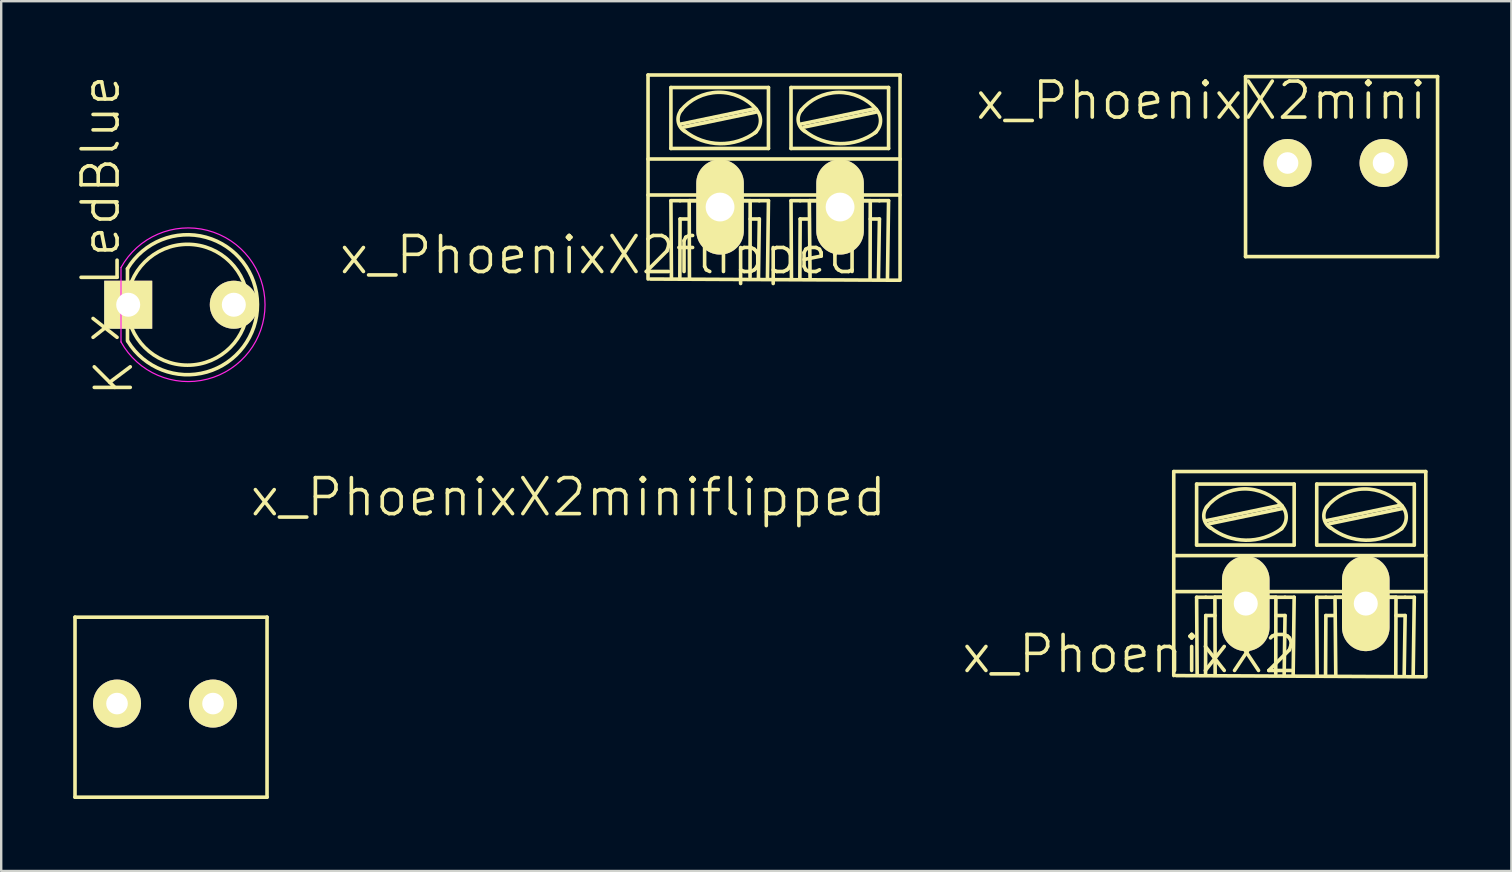
<source format=kicad_pcb>
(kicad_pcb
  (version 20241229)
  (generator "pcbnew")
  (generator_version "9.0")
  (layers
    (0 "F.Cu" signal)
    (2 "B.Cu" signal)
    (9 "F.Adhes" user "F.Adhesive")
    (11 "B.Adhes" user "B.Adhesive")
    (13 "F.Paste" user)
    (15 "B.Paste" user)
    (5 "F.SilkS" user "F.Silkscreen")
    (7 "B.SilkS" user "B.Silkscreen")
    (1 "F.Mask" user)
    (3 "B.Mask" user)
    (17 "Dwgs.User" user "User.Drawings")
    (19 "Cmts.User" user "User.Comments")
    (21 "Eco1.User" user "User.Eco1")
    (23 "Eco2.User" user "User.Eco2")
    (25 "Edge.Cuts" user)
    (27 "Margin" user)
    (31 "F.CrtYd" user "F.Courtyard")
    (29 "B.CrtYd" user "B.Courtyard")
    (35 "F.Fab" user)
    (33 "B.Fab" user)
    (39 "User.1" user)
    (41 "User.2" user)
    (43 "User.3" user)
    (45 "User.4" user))
  (footprint "x_PhoenixX2flipped"
    (layer "F.Cu")
    (at 26.948 5.575)
    (property "Reference" "x_PhoenixX2flipped" (at -5 2 0) (layer "F.SilkS") (effects (font (size 1.5 1.5) (thickness 0.15))))
    (attr exclude_from_pos_files exclude_from_bom)
    (fp_line (start -3 -5.5) (end -3 3) (stroke (width 0.15) (type solid)) (layer "F.SilkS"))
    (fp_line (start -3 -5.5) (end 7.5 -5.5) (stroke (width 0.15) (type solid)) (layer "F.SilkS"))
    (fp_line (start -3 -2) (end 7.5 -2) (stroke (width 0.15) (type solid)) (layer "F.SilkS"))
    (fp_line (start -2.9 3) (end 7.5 3.05) (stroke (width 0.15) (type solid)) (layer "F.SilkS"))
    (fp_line (start -2.047 -2.439) (end -2.047 -4.979) (stroke (width 0.15) (type solid)) (layer "F.SilkS"))
    (fp_line (start -2.047 -0.264) (end -2.025 2.975) (stroke (width 0.15) (type solid)) (layer "F.SilkS"))
    (fp_line (start -2.047 -0.264) (end -1.666 -0.264) (stroke (width 0.15) (type solid)) (layer "F.SilkS"))
    (fp_line (start -1.675 2.925) (end -1.666 0.498) (stroke (width 0.15) (type solid)) (layer "F.SilkS"))
    (fp_line (start -1.666 0.498) (end -1.285 0.498) (stroke (width 0.15) (type solid)) (layer "F.SilkS"))
    (fp_line (start -1.64 -3.455) (end 1.41 -4.09) (stroke (width 0.15) (type solid)) (layer "F.SilkS"))
    (fp_line (start -1.513 -3.328) (end 1.535 -3.963) (stroke (width 0.15) (type solid)) (layer "F.SilkS"))
    (fp_line (start -1.285 -0.264) (end 1.255 -0.264) (stroke (width 0.15) (type solid)) (layer "F.SilkS"))
    (fp_line (start -1.275 2.925) (end -1.285 -0.264) (stroke (width 0.15) (type solid)) (layer "F.SilkS"))
    (fp_line (start 1.25 2.925) (end 1.255 -0.264) (stroke (width 0.15) (type solid)) (layer "F.SilkS"))
    (fp_line (start 1.6 2.975) (end 1.636 0.498) (stroke (width 0.15) (type solid)) (layer "F.SilkS"))
    (fp_line (start 1.636 -0.264) (end -1.666 -0.264) (stroke (width 0.15) (type solid)) (layer "F.SilkS"))
    (fp_line (start 1.636 0.498) (end 1.255 0.498) (stroke (width 0.15) (type solid)) (layer "F.SilkS"))
    (fp_line (start 1.975 2.95) (end 2.017 -0.264) (stroke (width 0.15) (type solid)) (layer "F.SilkS"))
    (fp_line (start 2.017 -4.979) (end -2.047 -4.979) (stroke (width 0.15) (type solid)) (layer "F.SilkS"))
    (fp_line (start 2.017 -2.439) (end -2.047 -2.439) (stroke (width 0.15) (type solid)) (layer "F.SilkS"))
    (fp_line (start 2.017 -2.439) (end 2.017 -4.979) (stroke (width 0.15) (type solid)) (layer "F.SilkS"))
    (fp_line (start 2.017 -0.264) (end 1.636 -0.264) (stroke (width 0.15) (type solid)) (layer "F.SilkS"))
    (fp_line (start 2.957 -4.979) (end 7.021 -4.979) (stroke (width 0.15) (type solid)) (layer "F.SilkS"))
    (fp_line (start 2.957 -2.439) (end 2.957 -4.979) (stroke (width 0.15) (type solid)) (layer "F.SilkS"))
    (fp_line (start 2.957 -0.264) (end 3.338 -0.264) (stroke (width 0.15) (type solid)) (layer "F.SilkS"))
    (fp_line (start 2.975 2.975) (end 2.957 -0.264) (stroke (width 0.15) (type solid)) (layer "F.SilkS"))
    (fp_line (start 3.325 2.95) (end 3.338 0.498) (stroke (width 0.15) (type solid)) (layer "F.SilkS"))
    (fp_line (start 3.338 -0.264) (end 6.64 -0.264) (stroke (width 0.15) (type solid)) (layer "F.SilkS"))
    (fp_line (start 3.338 0.498) (end 3.719 0.498) (stroke (width 0.15) (type solid)) (layer "F.SilkS"))
    (fp_line (start 3.364 -3.455) (end 6.412 -4.09) (stroke (width 0.15) (type solid)) (layer "F.SilkS"))
    (fp_line (start 3.491 -3.328) (end 6.539 -3.963) (stroke (width 0.15) (type solid)) (layer "F.SilkS"))
    (fp_line (start 3.719 -0.264) (end 6.259 -0.264) (stroke (width 0.15) (type solid)) (layer "F.SilkS"))
    (fp_line (start 3.75 2.95) (end 3.719 -0.264) (stroke (width 0.15) (type solid)) (layer "F.SilkS"))
    (fp_line (start 6.25 2.975) (end 6.259 -0.264) (stroke (width 0.15) (type solid)) (layer "F.SilkS"))
    (fp_line (start 6.6 2.975) (end 6.64 0.498) (stroke (width 0.15) (type solid)) (layer "F.SilkS"))
    (fp_line (start 6.64 0.498) (end 6.259 0.498) (stroke (width 0.15) (type solid)) (layer "F.SilkS"))
    (fp_line (start 7.021 -4.979) (end 7.021 -2.439) (stroke (width 0.15) (type solid)) (layer "F.SilkS"))
    (fp_line (start 7.021 -2.439) (end 2.957 -2.439) (stroke (width 0.15) (type solid)) (layer "F.SilkS"))
    (fp_line (start 7.021 -0.264) (end 6.64 -0.264) (stroke (width 0.15) (type solid)) (layer "F.SilkS"))
    (fp_line (start 7.021 -0.264) (end 6.975 2.975) (stroke (width 0.15) (type solid)) (layer "F.SilkS"))
    (fp_line (start 7.5 -5.5) (end 7.5 3) (stroke (width 0.15) (type solid)) (layer "F.SilkS"))
    (fp_line (start 7.5 -0.5) (end -3 -0.5) (stroke (width 0.15) (type solid)) (layer "F.SilkS"))
    (fp_arc (start -1.6402 -4.0138) (mid -0.075347 -4.778837) (end 1.516573 -4.071847) (stroke (width 0.15) (type solid)) (layer "F.SilkS"))
    (fp_arc (start -1.44462 -3.1375) (mid -1.742784 -3.563845) (end -1.58952 -4.061019) (stroke (width 0.15) (type solid)) (layer "F.SilkS"))
    (fp_arc (start 1.50178 -3.12734) (mid -0.000269 -2.640479) (end -1.485988 -3.175104) (stroke (width 0.15) (type solid)) (layer "F.SilkS"))
    (fp_arc (start 1.5094 -4.06206) (mid 1.683736 -3.565962) (end 1.45415 -3.09289) (stroke (width 0.15) (type solid)) (layer "F.SilkS"))
    (fp_arc (start 3.3636 -4.0138) (mid 4.926638 -4.774946) (end 6.514411 -4.066844) (stroke (width 0.15) (type solid)) (layer "F.SilkS"))
    (fp_arc (start 3.55664 -3.1375) (mid 3.259456 -3.565849) (end 3.414903 -4.063481) (stroke (width 0.15) (type solid)) (layer "F.SilkS"))
    (fp_arc (start 6.50304 -3.12734) (mid 5.000991 -2.640479) (end 3.515272 -3.175104) (stroke (width 0.15) (type solid)) (layer "F.SilkS"))
    (fp_arc (start 6.51066 -4.06206) (mid 6.685748 -3.567765) (end 6.457972 -3.095429) (stroke (width 0.15) (type solid)) (layer "F.SilkS"))
    (pad "1" thru_hole oval (at 5 0) (size 1.981 3.962) (drill 1.2) (layers "*.Cu" "F.Mask" "F.SilkS"))
    (pad "2" thru_hole oval (at 0 0) (size 1.981 3.962) (drill 1.2) (layers "*.Cu" "F.Mask" "F.SilkS")))
  (footprint "x_PhoenixX2miniflipped"
    (layer "F.Cu")
    (at 1.575 27.162)
    (property "Reference" "x_PhoenixX2miniflipped" (at 19.05 -9.5 0) (layer "F.SilkS") (effects (font (size 1.5 1.5) (thickness 0.15))))
    (attr exclude_from_pos_files exclude_from_bom)
    (fp_line (start -1.5 -4.5) (end -1.5 3) (stroke (width 0.15) (type solid)) (layer "F.SilkS"))
    (fp_line (start -1.5 -4.5) (end 6.5 -4.5) (stroke (width 0.15) (type solid)) (layer "F.SilkS"))
    (fp_line (start -1.5 3) (end 6.5 3) (stroke (width 0.15) (type solid)) (layer "F.SilkS"))
    (fp_line (start 6.5 -4.5) (end 6.5 3) (stroke (width 0.15) (type solid)) (layer "F.SilkS"))
    (pad "1" thru_hole oval (at 4.25 -0.9) (size 2 2) (drill 0.9) (layers "*.Cu" "*.Mask" "F.SilkS"))
    (pad "2" thru_hole oval (at 0.25 -0.9) (size 2 2) (drill 0.9) (layers "*.Cu" "*.Mask" "F.SilkS")))
  (footprint "x_PhoenixX2mini"
    (layer "F.Cu")
    (at 50.341 4.641)
    (property "Reference" "x_PhoenixX2mini" (at -3.35 -3.5 0) (layer "F.SilkS") (effects (font (size 1.5 1.5) (thickness 0.15))))
    (attr exclude_from_pos_files exclude_from_bom)
    (fp_line (start -1.5 -4.5) (end -1.5 3) (stroke (width 0.15) (type solid)) (layer "F.SilkS"))
    (fp_line (start -1.5 -4.5) (end 6.5 -4.5) (stroke (width 0.15) (type solid)) (layer "F.SilkS"))
    (fp_line (start -1.5 3) (end 6.5 3) (stroke (width 0.15) (type solid)) (layer "F.SilkS"))
    (fp_line (start 6.5 -4.5) (end 6.5 3) (stroke (width 0.15) (type solid)) (layer "F.SilkS"))
    (pad "1" thru_hole oval (at 0.25 -0.9) (size 2 2) (drill 0.9) (layers "*.Cu" "B.Mask" "F.SilkS"))
    (pad "2" thru_hole oval (at 4.25 -0.9) (size 2 2) (drill 0.9) (layers "*.Cu" "B.Mask" "F.SilkS")))
  (footprint "x_LedBlue"
    (layer "F.Cu")
    (at 3.491 9.646)
    (property "Reference" "x_LedBlue" (at -2.35 -4 90) (layer "F.SilkS") (effects (font (size 1.5 1.5) (thickness 0.15))))
    (attr through_hole)
    (fp_line (start -1.23 1.5) (end -1.23 -1.5) (stroke (width 0.15) (type solid)) (layer "F.SilkS"))
    (fp_arc (start -1.23 -1.5) (mid 4.18544 -0.014565) (end -1.214888 1.524904) (stroke (width 0.15) (type solid)) (layer "F.SilkS"))
    (fp_circle (center 1.27 0) (end 0.97 -2.5) (stroke (width 0.15) (type solid)) (fill no) (layer "F.SilkS"))
    (fp_line (start -1.5 -1.55) (end -1.5 1.55) (stroke (width 0.05) (type solid)) (layer "F.CrtYd"))
    (fp_arc (start -1.498248 -1.55316) (mid 4.50039 0.001807) (end -1.5 1.55) (stroke (width 0.05) (type solid)) (layer "F.CrtYd"))
    (fp_text user "K" (at -1.8 3.05 90) (layer "F.SilkS") (effects (font (size 1.5 1.5) (thickness 0.15))))
    (pad "1" thru_hole rect (at -1.2 0 90) (size 2 2) (drill 1) (layers "*.Cu" "*.Mask" "F.SilkS"))
    (pad "2" thru_hole circle (at 3.2 0) (size 2 2) (drill 1) (layers "*.Cu" "*.Mask" "F.SilkS")))
  (footprint "x_PhoenixX2"
    (layer "F.Cu")
    (at 48.85 22.096)
    (property "Reference" "x_PhoenixX2" (at -4.825 2.1 0) (layer "F.SilkS") (effects (font (size 1.5 1.5) (thickness 0.15))))
    (attr exclude_from_pos_files exclude_from_bom)
    (fp_line (start -3 -5.5) (end -3 3) (stroke (width 0.15) (type solid)) (layer "F.SilkS"))
    (fp_line (start -3 -5.5) (end 7.5 -5.5) (stroke (width 0.15) (type solid)) (layer "F.SilkS"))
    (fp_line (start -3 -2) (end 7.5 -2) (stroke (width 0.15) (type solid)) (layer "F.SilkS"))
    (fp_line (start -2.9 3) (end 7.5 3.05) (stroke (width 0.15) (type solid)) (layer "F.SilkS"))
    (fp_line (start -2.047 -2.439) (end -2.047 -4.979) (stroke (width 0.15) (type solid)) (layer "F.SilkS"))
    (fp_line (start -2.047 -0.264) (end -2.025 2.975) (stroke (width 0.15) (type solid)) (layer "F.SilkS"))
    (fp_line (start -2.047 -0.264) (end -1.666 -0.264) (stroke (width 0.15) (type solid)) (layer "F.SilkS"))
    (fp_line (start -1.675 2.925) (end -1.666 0.498) (stroke (width 0.15) (type solid)) (layer "F.SilkS"))
    (fp_line (start -1.666 0.498) (end -1.285 0.498) (stroke (width 0.15) (type solid)) (layer "F.SilkS"))
    (fp_line (start -1.64 -3.455) (end 1.41 -4.09) (stroke (width 0.15) (type solid)) (layer "F.SilkS"))
    (fp_line (start -1.513 -3.328) (end 1.535 -3.963) (stroke (width 0.15) (type solid)) (layer "F.SilkS"))
    (fp_line (start -1.285 -0.264) (end 1.255 -0.264) (stroke (width 0.15) (type solid)) (layer "F.SilkS"))
    (fp_line (start -1.275 2.925) (end -1.285 -0.264) (stroke (width 0.15) (type solid)) (layer "F.SilkS"))
    (fp_line (start 1.25 2.925) (end 1.255 -0.264) (stroke (width 0.15) (type solid)) (layer "F.SilkS"))
    (fp_line (start 1.6 2.975) (end 1.636 0.498) (stroke (width 0.15) (type solid)) (layer "F.SilkS"))
    (fp_line (start 1.636 -0.264) (end -1.666 -0.264) (stroke (width 0.15) (type solid)) (layer "F.SilkS"))
    (fp_line (start 1.636 0.498) (end 1.255 0.498) (stroke (width 0.15) (type solid)) (layer "F.SilkS"))
    (fp_line (start 1.975 2.95) (end 2.017 -0.264) (stroke (width 0.15) (type solid)) (layer "F.SilkS"))
    (fp_line (start 2.017 -4.979) (end -2.047 -4.979) (stroke (width 0.15) (type solid)) (layer "F.SilkS"))
    (fp_line (start 2.017 -2.439) (end -2.047 -2.439) (stroke (width 0.15) (type solid)) (layer "F.SilkS"))
    (fp_line (start 2.017 -2.439) (end 2.017 -4.979) (stroke (width 0.15) (type solid)) (layer "F.SilkS"))
    (fp_line (start 2.017 -0.264) (end 1.636 -0.264) (stroke (width 0.15) (type solid)) (layer "F.SilkS"))
    (fp_line (start 2.957 -4.979) (end 7.021 -4.979) (stroke (width 0.15) (type solid)) (layer "F.SilkS"))
    (fp_line (start 2.957 -2.439) (end 2.957 -4.979) (stroke (width 0.15) (type solid)) (layer "F.SilkS"))
    (fp_line (start 2.957 -0.264) (end 3.338 -0.264) (stroke (width 0.15) (type solid)) (layer "F.SilkS"))
    (fp_line (start 2.975 2.975) (end 2.957 -0.264) (stroke (width 0.15) (type solid)) (layer "F.SilkS"))
    (fp_line (start 3.325 2.95) (end 3.338 0.498) (stroke (width 0.15) (type solid)) (layer "F.SilkS"))
    (fp_line (start 3.338 -0.264) (end 6.64 -0.264) (stroke (width 0.15) (type solid)) (layer "F.SilkS"))
    (fp_line (start 3.338 0.498) (end 3.719 0.498) (stroke (width 0.15) (type solid)) (layer "F.SilkS"))
    (fp_line (start 3.364 -3.455) (end 6.412 -4.09) (stroke (width 0.15) (type solid)) (layer "F.SilkS"))
    (fp_line (start 3.491 -3.328) (end 6.539 -3.963) (stroke (width 0.15) (type solid)) (layer "F.SilkS"))
    (fp_line (start 3.719 -0.264) (end 6.259 -0.264) (stroke (width 0.15) (type solid)) (layer "F.SilkS"))
    (fp_line (start 3.75 2.95) (end 3.719 -0.264) (stroke (width 0.15) (type solid)) (layer "F.SilkS"))
    (fp_line (start 6.25 2.975) (end 6.259 -0.264) (stroke (width 0.15) (type solid)) (layer "F.SilkS"))
    (fp_line (start 6.6 2.975) (end 6.64 0.498) (stroke (width 0.15) (type solid)) (layer "F.SilkS"))
    (fp_line (start 6.64 0.498) (end 6.259 0.498) (stroke (width 0.15) (type solid)) (layer "F.SilkS"))
    (fp_line (start 7.021 -4.979) (end 7.021 -2.439) (stroke (width 0.15) (type solid)) (layer "F.SilkS"))
    (fp_line (start 7.021 -2.439) (end 2.957 -2.439) (stroke (width 0.15) (type solid)) (layer "F.SilkS"))
    (fp_line (start 7.021 -0.264) (end 6.64 -0.264) (stroke (width 0.15) (type solid)) (layer "F.SilkS"))
    (fp_line (start 7.021 -0.264) (end 6.975 2.975) (stroke (width 0.15) (type solid)) (layer "F.SilkS"))
    (fp_line (start 7.5 -5.5) (end 7.5 3) (stroke (width 0.15) (type solid)) (layer "F.SilkS"))
    (fp_line (start 7.5 -0.5) (end -3 -0.5) (stroke (width 0.15) (type solid)) (layer "F.SilkS"))
    (fp_arc (start -1.6402 -4.0138) (mid -0.075347 -4.778837) (end 1.516573 -4.071847) (stroke (width 0.15) (type solid)) (layer "F.SilkS"))
    (fp_arc (start -1.44462 -3.1375) (mid -1.742784 -3.563845) (end -1.58952 -4.061019) (stroke (width 0.15) (type solid)) (layer "F.SilkS"))
    (fp_arc (start 1.50178 -3.12734) (mid -0.000269 -2.640479) (end -1.485988 -3.175104) (stroke (width 0.15) (type solid)) (layer "F.SilkS"))
    (fp_arc (start 1.5094 -4.06206) (mid 1.683736 -3.565962) (end 1.45415 -3.09289) (stroke (width 0.15) (type solid)) (layer "F.SilkS"))
    (fp_arc (start 3.3636 -4.0138) (mid 4.926638 -4.774946) (end 6.514411 -4.066844) (stroke (width 0.15) (type solid)) (layer "F.SilkS"))
    (fp_arc (start 3.55664 -3.1375) (mid 3.259456 -3.565849) (end 3.414903 -4.063481) (stroke (width 0.15) (type solid)) (layer "F.SilkS"))
    (fp_arc (start 6.50304 -3.12734) (mid 5.000991 -2.640479) (end 3.515272 -3.175104) (stroke (width 0.15) (type solid)) (layer "F.SilkS"))
    (fp_arc (start 6.51066 -4.06206) (mid 6.685748 -3.567765) (end 6.457972 -3.095429) (stroke (width 0.15) (type solid)) (layer "F.SilkS"))
    (pad "1" thru_hole oval (at 0 0) (size 1.981 3.962) (drill 1) (layers "*.Cu" "*.Mask" "F.SilkS"))
    (pad "2" thru_hole oval (at 5 0) (size 1.981 3.962) (drill 1) (layers "*.Cu" "*.Mask" "F.SilkS")))
  (gr_rect
    (start -3 -3)
    (end 59.916 33.237)
    (stroke (width 0.1) (type default))
    (fill no)
    (layer "Edge.Cuts")))
</source>
